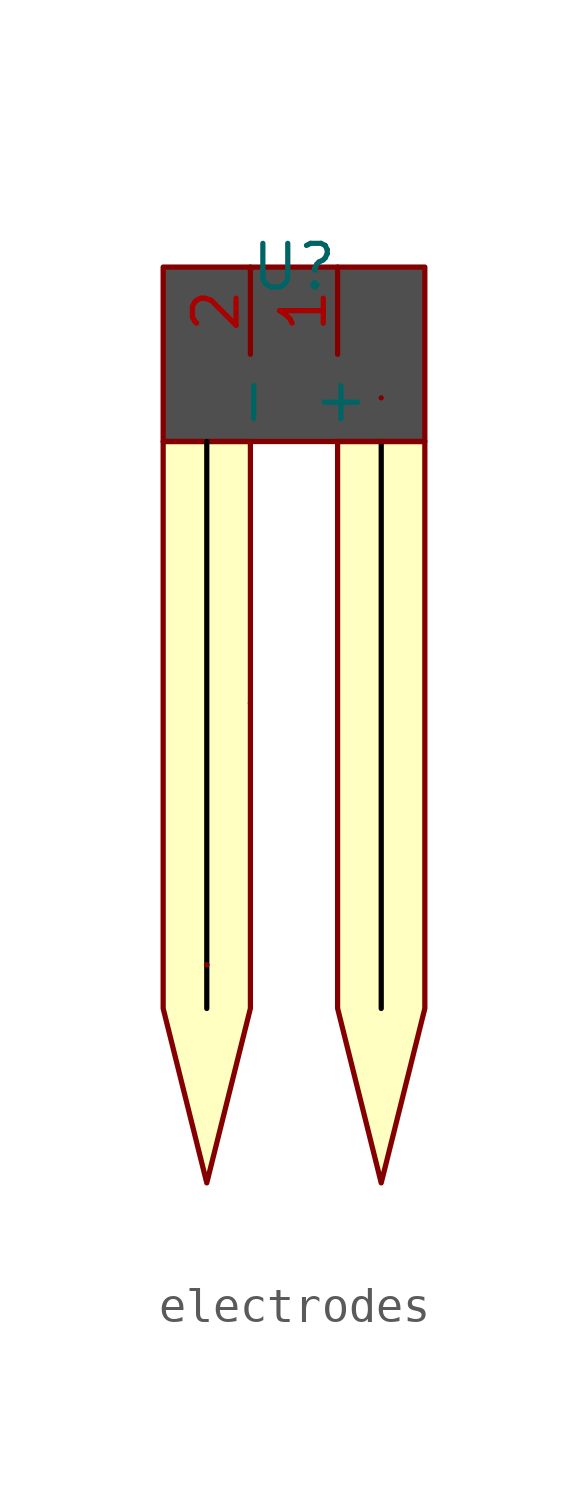
<source format=kicad_sym>
(kicad_symbol_lib
  (version 20220914)
  (generator kicad_symbol_editor)
  (symbol "electrodes"
    (property "Reference" "U"
      (at 0 0 0)
      (effects (font (size 1.27 1.27))))
    (property "Value" ""
      (at 0 0 0)
      (effects (font (size 1.27 1.27))))
    (symbol "electrodes_0_1"
      (polyline (pts (xy 2.54 -3.81) (xy 2.54 -3.81)) (stroke (width 0) (type default)) (fill (type none))))
    (symbol "electrodes_1_1"
      (rectangle (start -3.81 0) (end 3.81 -5.08) (stroke (width 0) (type default)) (fill (type color) (color 0 0 0 0.69)))
      (polyline (pts (xy -2.54 -20.32) (xy -2.54 -20.32)) (stroke (width 0) (type default)) (fill (type none)))
      (polyline (pts (xy -2.54 -20.32) (xy -2.54 -20.32)) (stroke (width 0) (type default)) (fill (type none)))
      (polyline (pts (xy -2.54 -5.08) (xy -2.54 -21.59)) (stroke (width 0) (type default) (color 0 0 0 0.17)) (fill (type color) (color 0 0 0 0.53)))
      (polyline (pts (xy -1.27 -12.7) (xy -1.27 -12.7)) (stroke (width 0) (type default)) (fill (type none)))
      (polyline (pts (xy 2.54 -5.08) (xy 2.54 -21.59)) (stroke (width 0) (type default) (color 0 0 0 0.17)) (fill (type color) (color 0 0 0 0.53)))
      (polyline (pts (xy -3.81 -5.08) (xy -3.81 -21.59) (xy -2.54 -26.67) (xy -1.27 -21.59) (xy -1.27 -5.08) (xy -3.81 -5.08)) (stroke (width 0) (type default)) (fill (type background)))
      (polyline (pts (xy 3.81 -5.08) (xy 3.81 -21.59) (xy 2.54 -26.67) (xy 1.27 -21.59) (xy 1.27 -5.08) (xy 3.81 -5.08)) (stroke (width 0) (type default)) (fill (type background)))
      (pin input line (at 1.27 0 270) (length 2.54) (name "+" (effects (font (size 1.27 1.27)))) (number "1" (effects (font (size 1.27 1.27)))))
      (pin output line (at -1.27 0 270) (length 2.54) (name "-" (effects (font (size 1.27 1.27)))) (number "2" (effects (font (size 1.27 1.27))))))))
</source>
